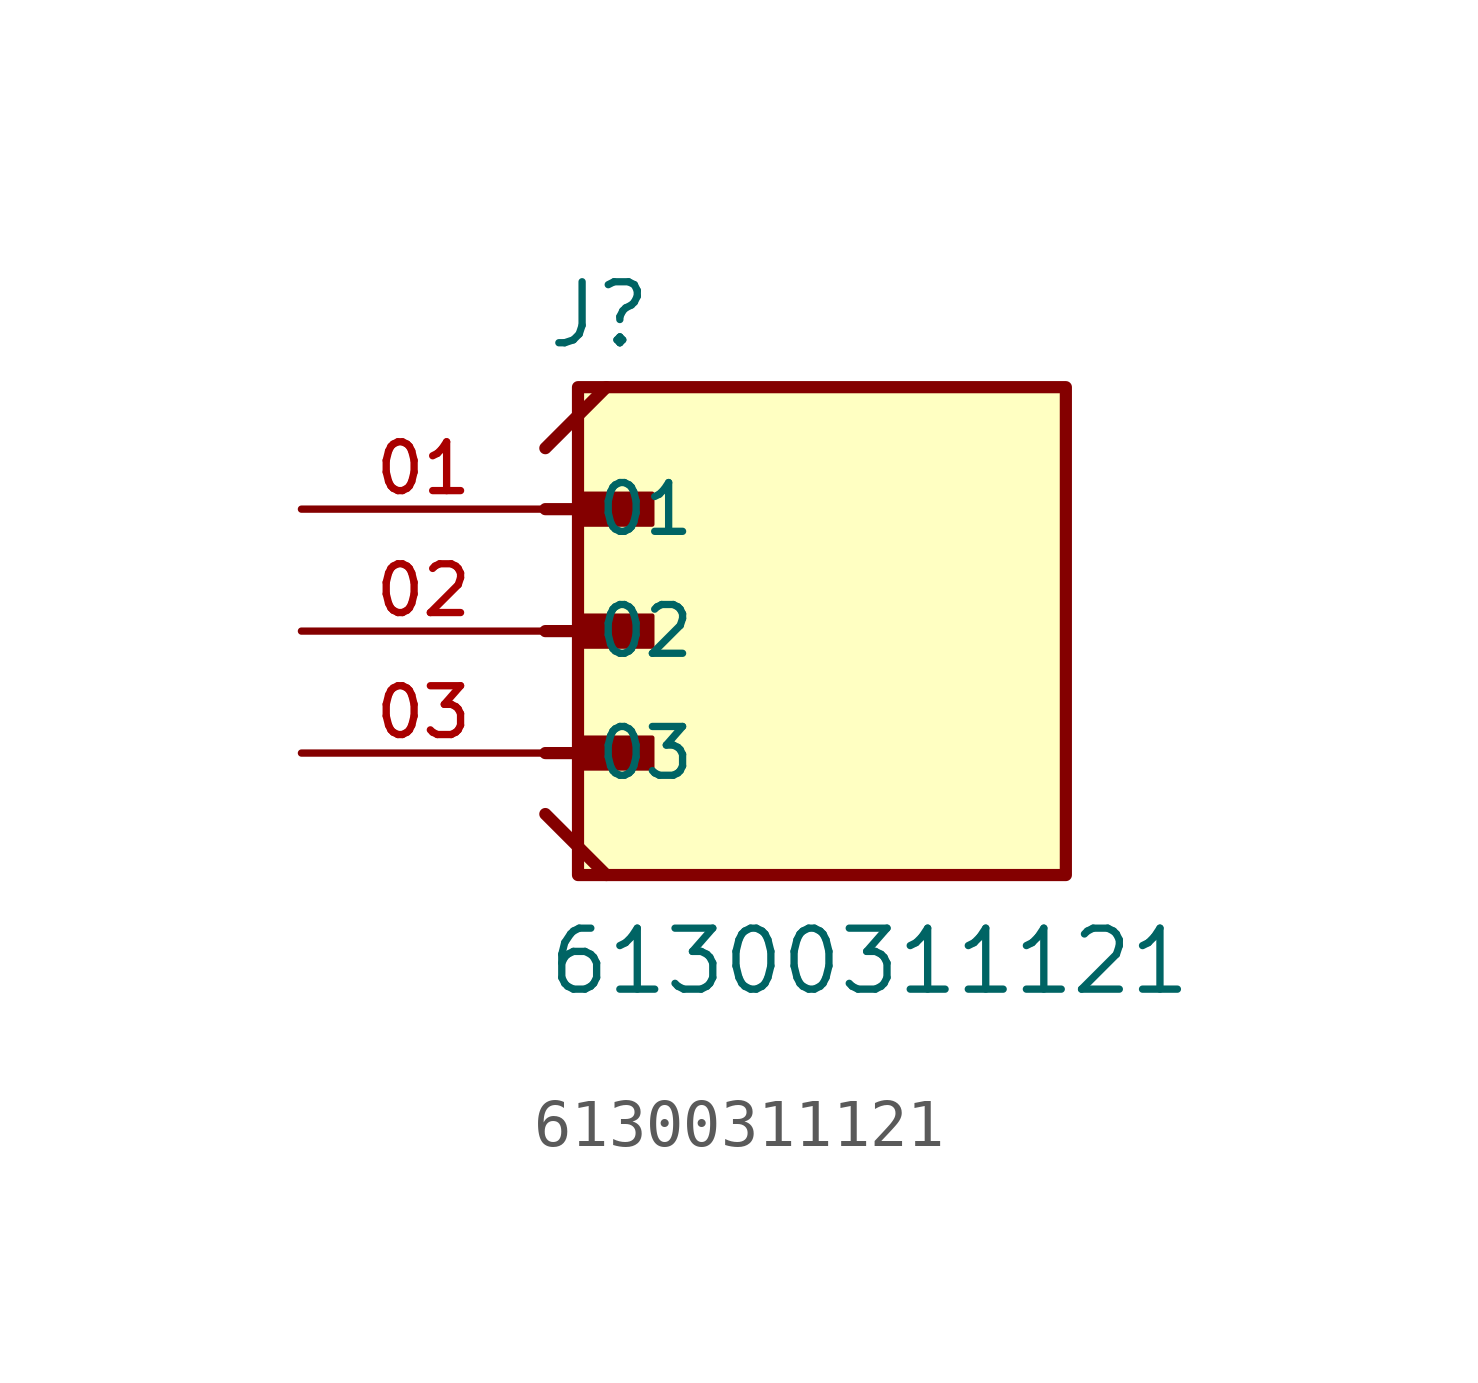
<source format=kicad_sym>
(kicad_symbol_lib
  (version 20211014)
  (generator kicad_symbol_editor)
  (symbol "61300311121"
    (pin_names
      (offset 1.016))
    (property "Reference" "J"
      (at -5.08 5.842 0)
      (effects (font (size 1.27 1.27)) (justify bottom left)))
    (property "Value" "61300311121"
      (at -5.08 -7.62 0)
      (effects (font (size 1.27 1.27)) (justify bottom left)))
    (symbol "61300311121_0_0"
      (polyline (pts (xy -5.08 2.54) (xy -3.175 2.54)) (stroke (width 0.254)))
      (rectangle (start -4.445 2.223) (end -2.857 2.857) (stroke (width 0.1)) (fill (type outline)))
      (polyline (pts (xy -5.08 0.0) (xy -3.175 0.0)) (stroke (width 0.254)))
      (rectangle (start -4.445 -0.318) (end -2.857 0.318) (stroke (width 0.1)) (fill (type outline)))
      (polyline (pts (xy -5.08 -2.54) (xy -3.175 -2.54)) (stroke (width 0.254)))
      (rectangle (start -4.445 -2.857) (end -2.857 -2.223) (stroke (width 0.1)) (fill (type outline)))
      (polyline (pts (xy -5.08 -3.81) (xy -3.81 -5.08)) (stroke (width 0.254)))
      (polyline (pts (xy -5.08 3.81) (xy -3.81 5.08)) (stroke (width 0.254)))
      (rectangle (start -4.4 -5.08) (end 5.76 5.08) (stroke (width 0.254)) (fill (type background)))
      (pin passive line (at -10.16 2.54 0) (length 5.08) (name "01" (effects (font (size 1.016 1.016)))) (number "01" (effects (font (size 1.016 1.016)))))
      (pin passive line (at -10.16 0.0 0) (length 5.08) (name "02" (effects (font (size 1.016 1.016)))) (number "02" (effects (font (size 1.016 1.016)))))
      (pin passive line (at -10.16 -2.54 0) (length 5.08) (name "03" (effects (font (size 1.016 1.016)))) (number "03" (effects (font (size 1.016 1.016))))))))
</source>
